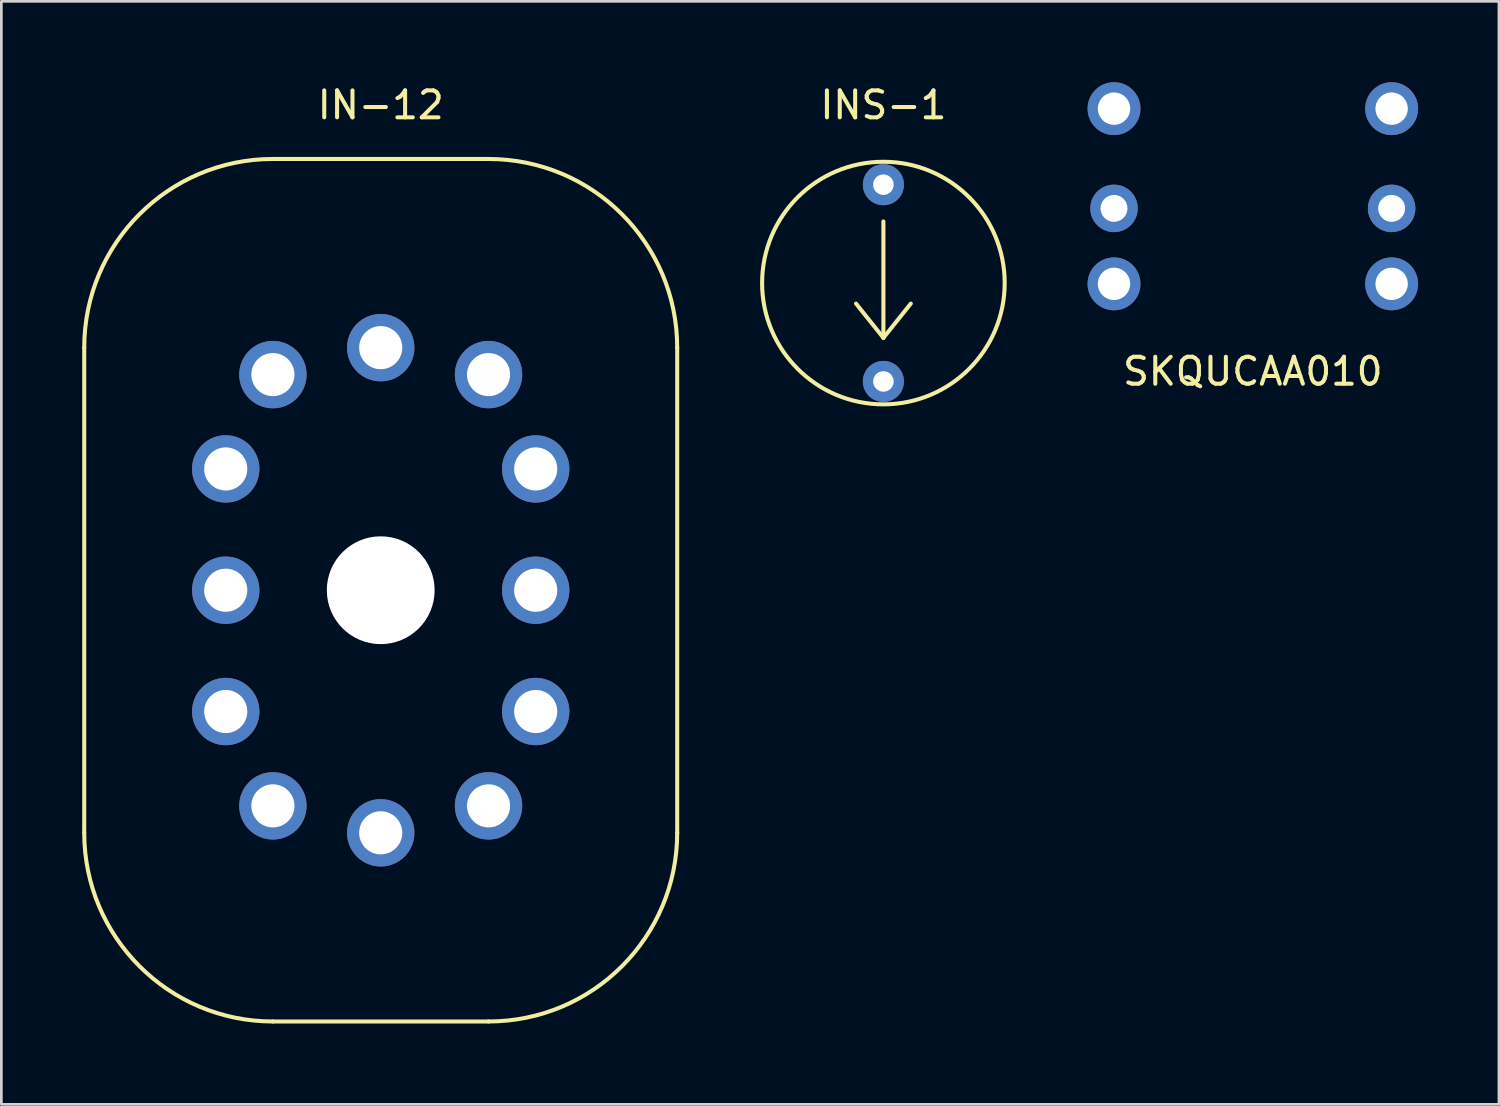
<source format=kicad_pcb>
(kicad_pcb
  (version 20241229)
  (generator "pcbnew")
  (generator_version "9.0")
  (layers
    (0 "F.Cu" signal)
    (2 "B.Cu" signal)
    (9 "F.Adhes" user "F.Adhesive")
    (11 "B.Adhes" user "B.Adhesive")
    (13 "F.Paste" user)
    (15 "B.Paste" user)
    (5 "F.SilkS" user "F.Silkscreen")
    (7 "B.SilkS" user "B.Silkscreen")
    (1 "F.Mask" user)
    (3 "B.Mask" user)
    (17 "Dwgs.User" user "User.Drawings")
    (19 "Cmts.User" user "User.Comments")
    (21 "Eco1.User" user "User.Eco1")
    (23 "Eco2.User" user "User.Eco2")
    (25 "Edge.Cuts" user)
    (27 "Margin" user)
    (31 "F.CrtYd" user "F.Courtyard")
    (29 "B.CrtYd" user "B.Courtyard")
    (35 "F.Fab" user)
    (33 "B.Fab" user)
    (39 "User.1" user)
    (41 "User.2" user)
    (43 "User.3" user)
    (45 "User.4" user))
  (footprint "INS-1"
    (layer "F.Cu")
    (at 29.725 7.452)
    (property "Reference" "INS-1" (at 0 -6.604 0) (layer "F.SilkS") (effects (font (size 1 1) (thickness 0.15))))
    (attr through_hole)
    (fp_line (start 0 -2.286) (end 0 2.032) (stroke (width 0.15) (type solid)) (layer "F.SilkS"))
    (fp_line (start 0 2.032) (end -1.016 0.762) (stroke (width 0.15) (type solid)) (layer "F.SilkS"))
    (fp_line (start 1.016 0.762) (end 0 2.032) (stroke (width 0.15) (type solid)) (layer "F.SilkS"))
    (fp_circle (center 0 0) (end 4.5 0) (stroke (width 0.15) (type solid)) (fill no) (layer "F.SilkS"))
    (pad "1" thru_hole circle (at 0 -3.65) (size 1.524 1.524) (drill 0.762) (layers "*.Cu" "*.Mask"))
    (pad "2" thru_hole circle (at 0 3.65) (size 1.524 1.524) (drill 0.762) (layers "*.Cu" "*.Mask")))
  (footprint "IN-12"
    (layer "F.Cu")
    (at 11.075 18.848)
    (property "Reference" "IN-12" (at 0 -18 0) (layer "F.SilkS") (effects (font (size 1 1) (thickness 0.15))))
    (attr through_hole)
    (fp_line (start -11 -9) (end -11 9) (stroke (width 0.15) (type solid)) (layer "F.SilkS"))
    (fp_line (start 4 -16) (end -4 -16) (stroke (width 0.15) (type solid)) (layer "F.SilkS"))
    (fp_line (start 4 16) (end -4 16) (stroke (width 0.15) (type solid)) (layer "F.SilkS"))
    (fp_line (start 11 9) (end 11 -9) (stroke (width 0.15) (type solid)) (layer "F.SilkS"))
    (fp_arc (start -11 -9) (mid -8.949747 -13.949747) (end -4 -16) (stroke (width 0.15) (type solid)) (layer "F.SilkS"))
    (fp_arc (start -4 16) (mid -8.949747 13.949747) (end -11 9) (stroke (width 0.15) (type solid)) (layer "F.SilkS"))
    (fp_arc (start 4 -16) (mid 8.949747 -13.949747) (end 11 -9) (stroke (width 0.15) (type solid)) (layer "F.SilkS"))
    (fp_arc (start 11 9) (mid 8.949747 13.949747) (end 4 16) (stroke (width 0.15) (type solid)) (layer "F.SilkS"))
    (pad "" np_thru_hole circle (at 0 0) (size 4 4) (drill 4) (layers "*.Cu"))
    (pad "1" thru_hole circle (at 4 8) (size 2.5 2.5) (drill 1.6) (layers "*.Cu" "*.Mask"))
    (pad "2" thru_hole circle (at 5.75 4.5) (size 2.5 2.5) (drill 1.6) (layers "*.Cu" "*.Mask"))
    (pad "3" thru_hole circle (at 5.75 0) (size 2.5 2.5) (drill 1.6) (layers "*.Cu" "*.Mask"))
    (pad "4" thru_hole circle (at 5.75 -4.5) (size 2.5 2.5) (drill 1.6) (layers "*.Cu" "*.Mask"))
    (pad "5" thru_hole circle (at 4 -8) (size 2.5 2.5) (drill 1.6) (layers "*.Cu" "*.Mask"))
    (pad "6" thru_hole circle (at 0 -9) (size 2.5 2.5) (drill 1.6) (layers "*.Cu" "*.Mask"))
    (pad "7" thru_hole circle (at -4 -8) (size 2.5 2.5) (drill 1.6) (layers "*.Cu" "*.Mask"))
    (pad "8" thru_hole circle (at -5.75 -4.5) (size 2.5 2.5) (drill 1.6) (layers "*.Cu" "*.Mask"))
    (pad "9" thru_hole circle (at -5.75 0) (size 2.5 2.5) (drill 1.6) (layers "*.Cu" "*.Mask"))
    (pad "10" thru_hole circle (at -5.75 4.5) (size 2.5 2.5) (drill 1.6) (layers "*.Cu" "*.Mask"))
    (pad "11" thru_hole circle (at -4 8) (size 2.5 2.5) (drill 1.6) (layers "*.Cu" "*.Mask"))
    (pad "12" thru_hole circle (at 0 9) (size 2.5 2.5) (drill 1.6) (layers "*.Cu" "*.Mask")))
  (footprint "SKQUCAA010"
    (layer "F.Cu")
    (at 43.431 4.231)
    (property "Reference" "SKQUCAA010" (at 0 6.5 0) (layer "F.SilkS") (effects (font (size 1 1) (thickness 0.15))))
    (attr through_hole)
    (pad "1" thru_hole circle (at -5.15 -3.25) (size 1.962 1.962) (drill 1.2) (layers "*.Cu" "*.Mask"))
    (pad "2" thru_hole circle (at -5.15 0.45) (size 1.762 1.762) (drill 1) (layers "*.Cu" "*.Mask"))
    (pad "3" thru_hole circle (at -5.15 3.25) (size 1.962 1.962) (drill 1.2) (layers "*.Cu" "*.Mask"))
    (pad "4" thru_hole circle (at 5.15 3.25) (size 1.962 1.962) (drill 1.2) (layers "*.Cu" "*.Mask"))
    (pad "5" thru_hole circle (at 5.15 0.45) (size 1.762 1.762) (drill 1) (layers "*.Cu" "*.Mask"))
    (pad "6" thru_hole circle (at 5.15 -3.25) (size 1.962 1.962) (drill 1.2) (layers "*.Cu" "*.Mask")))
  (gr_rect
    (start -3 -3)
    (end 52.562 37.923)
    (stroke (width 0.1) (type default))
    (fill no)
    (layer "Edge.Cuts")))
</source>
